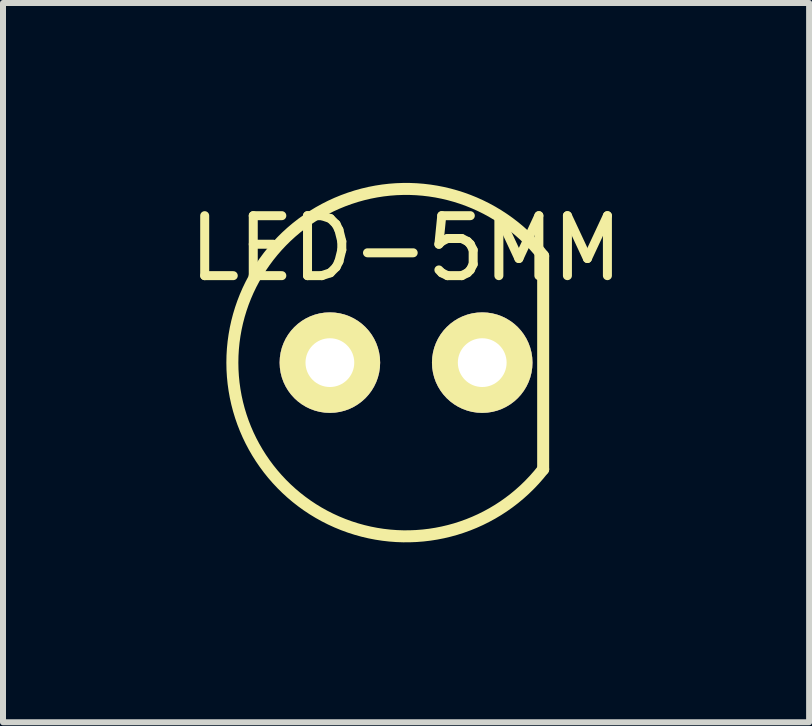
<source format=kicad_pcb>
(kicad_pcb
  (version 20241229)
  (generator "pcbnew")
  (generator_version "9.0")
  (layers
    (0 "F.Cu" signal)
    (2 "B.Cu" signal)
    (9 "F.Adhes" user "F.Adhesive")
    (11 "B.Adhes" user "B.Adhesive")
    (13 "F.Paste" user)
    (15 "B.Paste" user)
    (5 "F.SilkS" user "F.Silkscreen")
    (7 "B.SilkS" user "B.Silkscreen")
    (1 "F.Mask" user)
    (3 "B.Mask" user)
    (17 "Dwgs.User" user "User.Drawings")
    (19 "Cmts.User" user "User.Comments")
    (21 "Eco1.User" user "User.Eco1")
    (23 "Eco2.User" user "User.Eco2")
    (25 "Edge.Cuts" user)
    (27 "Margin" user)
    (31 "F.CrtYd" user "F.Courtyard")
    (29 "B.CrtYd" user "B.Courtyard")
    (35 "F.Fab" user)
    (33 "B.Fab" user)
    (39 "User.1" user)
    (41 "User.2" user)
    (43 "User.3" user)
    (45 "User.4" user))
  (footprint "LED-5MM"
    (layer "F.Cu")
    (at 3.72 2.996)
    (property "Reference" "LED-5MM" (at 0 -1.905 0) (layer "F.SilkS") (effects (font (size 1 1) (thickness 0.15))))
    (attr through_hole)
    (fp_line (start 2.286 -1.778) (end 2.286 1.778) (stroke (width 0.2) (type solid)) (layer "F.SilkS"))
    (fp_arc (start 2.286 1.778) (mid -2.896046 0.000001) (end 2.285999 -1.778001) (stroke (width 0.2) (type solid)) (layer "F.SilkS"))
    (pad "1" thru_hole circle (at -1.27 0) (size 1.676 1.676) (drill 0.813) (layers "*.Cu" "*.Mask" "F.SilkS"))
    (pad "2" thru_hole circle (at 1.27 0) (size 1.676 1.676) (drill 0.813) (layers "*.Cu" "*.Mask" "F.SilkS")))
  (gr_rect
    (start -3 -3)
    (end 10.44 8.992)
    (stroke (width 0.1) (type default))
    (fill no)
    (layer "Edge.Cuts")))
</source>
